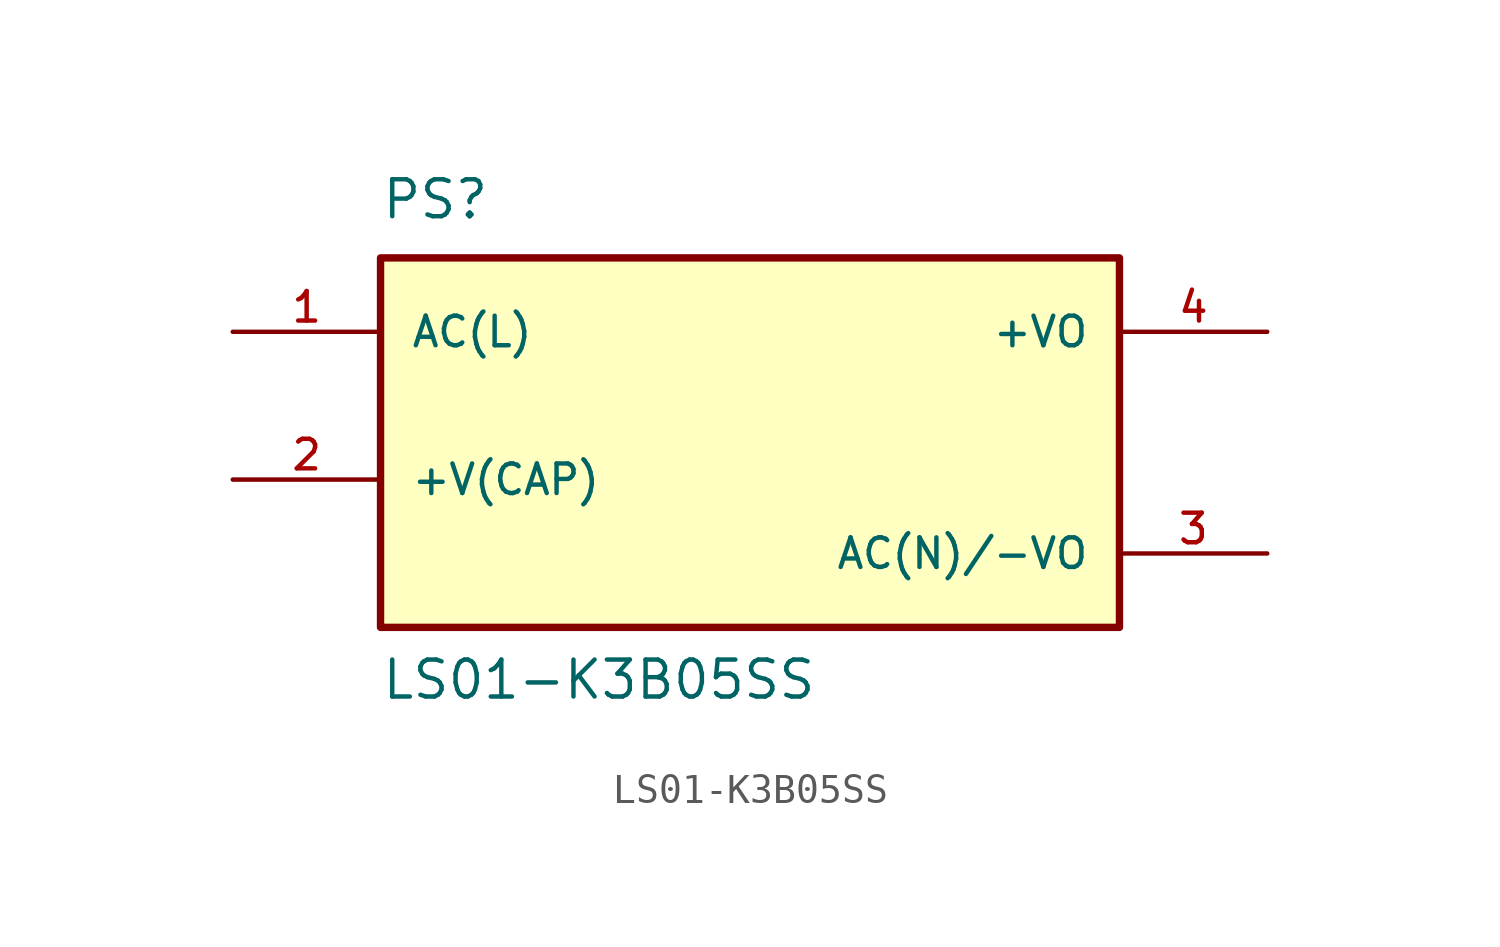
<source format=kicad_sym>
(kicad_symbol_lib
  (version 20211014)
  (generator kicad_symbol_editor)
  (symbol "LS01-K3B05SS"
    (pin_names
      (offset 1.016))
    (property "Reference" "PS"
      (at -12.7 6.35 0)
      (effects (font (size 1.27 1.27)) (justify bottom left)))
    (property "Value" "LS01-K3B05SS"
      (at -12.7 -10.16 0)
      (effects (font (size 1.27 1.27)) (justify bottom left)))
    (symbol "LS01-K3B05SS_0_0"
      (rectangle (start -12.7 -7.62) (end 12.7 5.08) (stroke (width 0.254)) (fill (type background)))
      (pin input line (at -17.78 2.54 0) (length 5.08) (name "AC(L)" (effects (font (size 1.016 1.016)))) (number "1" (effects (font (size 1.016 1.016)))))
      (pin bidirectional line (at 17.78 -5.08 180.0) (length 5.08) (name "AC(N)/-VO" (effects (font (size 1.016 1.016)))) (number "3" (effects (font (size 1.016 1.016)))))
      (pin output line (at 17.78 2.54 180.0) (length 5.08) (name "+VO" (effects (font (size 1.016 1.016)))) (number "4" (effects (font (size 1.016 1.016)))))
      (pin passive line (at -17.78 -2.54 0) (length 5.08) (name "+V(CAP)" (effects (font (size 1.016 1.016)))) (number "2" (effects (font (size 1.016 1.016))))))))
</source>
